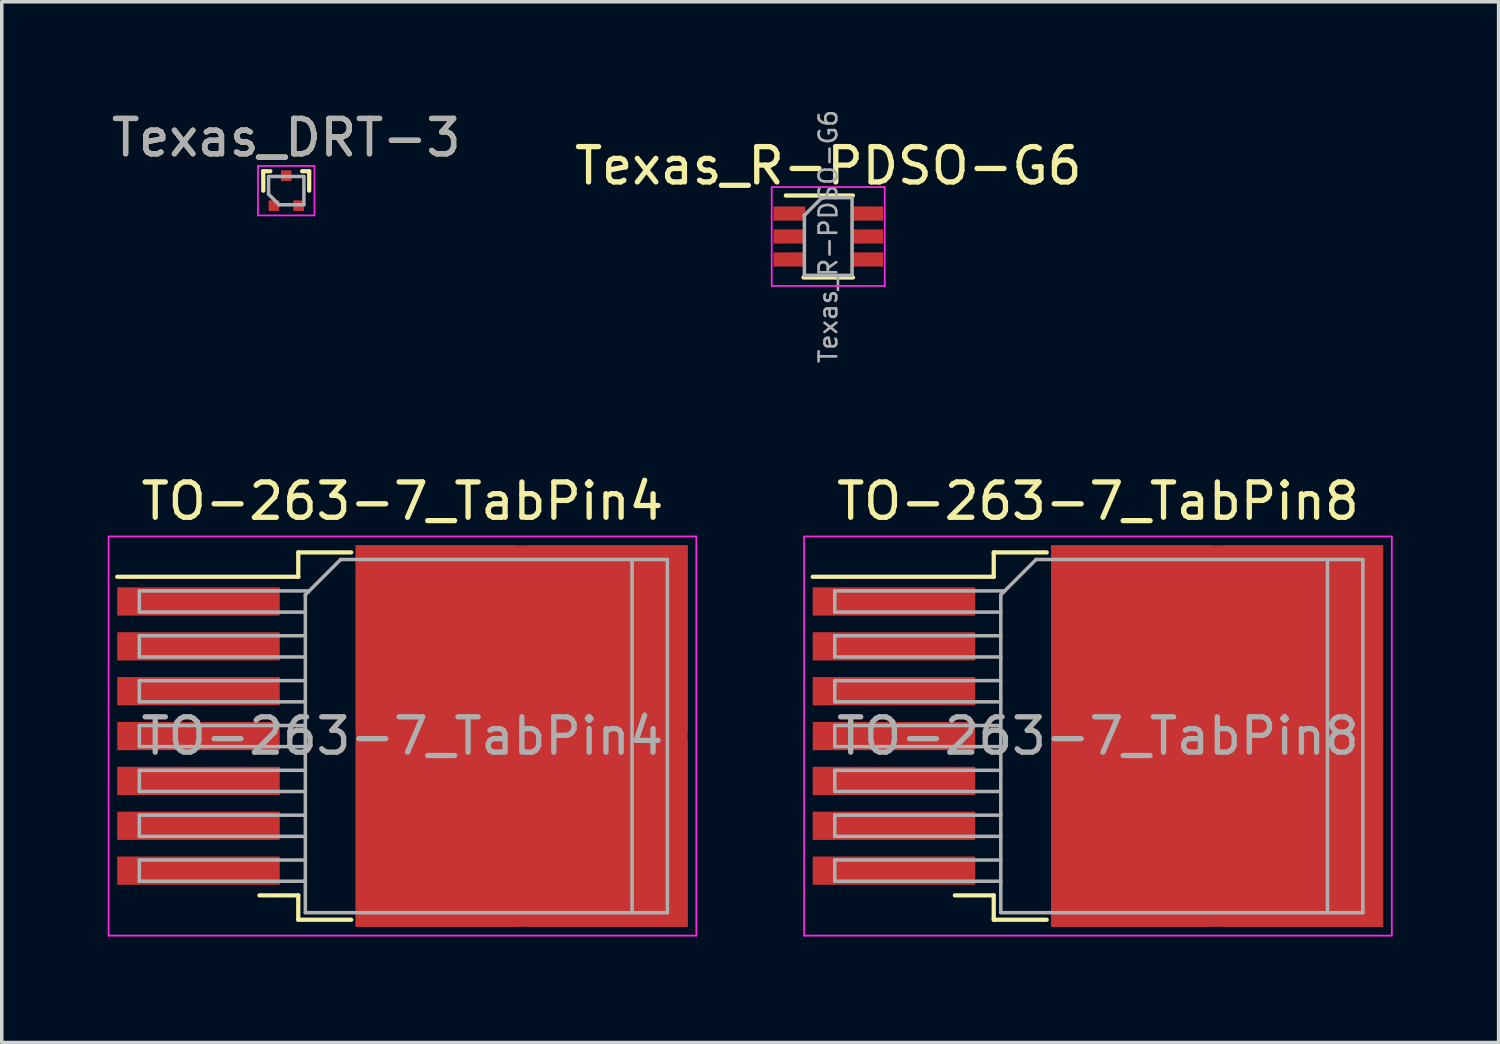
<source format=kicad_pcb>
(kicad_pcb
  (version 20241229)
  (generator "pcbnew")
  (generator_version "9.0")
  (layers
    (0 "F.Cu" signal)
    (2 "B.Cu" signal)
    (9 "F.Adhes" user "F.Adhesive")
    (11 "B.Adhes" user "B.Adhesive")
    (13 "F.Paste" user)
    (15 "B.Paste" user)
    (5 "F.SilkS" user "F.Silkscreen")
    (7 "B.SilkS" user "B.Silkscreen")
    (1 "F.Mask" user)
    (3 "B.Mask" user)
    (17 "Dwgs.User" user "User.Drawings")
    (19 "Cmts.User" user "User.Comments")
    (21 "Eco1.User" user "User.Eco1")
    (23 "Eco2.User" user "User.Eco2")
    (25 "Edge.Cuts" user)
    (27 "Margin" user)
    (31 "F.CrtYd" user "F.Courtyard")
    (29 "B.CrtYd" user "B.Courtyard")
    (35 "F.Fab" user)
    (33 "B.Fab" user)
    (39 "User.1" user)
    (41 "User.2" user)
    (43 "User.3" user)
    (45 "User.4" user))
  (footprint "TO-263-7_TabPin8"
    (layer "F.Cu")
    (at 28.035 17.79)
    (property "Reference" "TO-263-7_TabPin8" (at 0 -6.65 0) (layer "F.SilkS") (effects (font (size 1 1) (thickness 0.15))))
    (attr smd)
    (fp_line (start -2.95 -5.2) (end -2.95 -4.51) (stroke (width 0.12) (type solid)) (layer "F.SilkS"))
    (fp_line (start -2.95 -4.51) (end -8.075 -4.51) (stroke (width 0.12) (type solid)) (layer "F.SilkS"))
    (fp_line (start -2.95 4.51) (end -4.05 4.51) (stroke (width 0.12) (type solid)) (layer "F.SilkS"))
    (fp_line (start -2.95 5.2) (end -2.95 4.51) (stroke (width 0.12) (type solid)) (layer "F.SilkS"))
    (fp_line (start -1.45 -5.2) (end -2.95 -5.2) (stroke (width 0.12) (type solid)) (layer "F.SilkS"))
    (fp_line (start -1.45 5.2) (end -2.95 5.2) (stroke (width 0.12) (type solid)) (layer "F.SilkS"))
    (fp_line (start -8.32 -5.65) (end -8.32 5.65) (stroke (width 0.05) (type solid)) (layer "F.CrtYd"))
    (fp_line (start -8.32 5.65) (end 8.32 5.65) (stroke (width 0.05) (type solid)) (layer "F.CrtYd"))
    (fp_line (start 8.32 -5.65) (end -8.32 -5.65) (stroke (width 0.05) (type solid)) (layer "F.CrtYd"))
    (fp_line (start 8.32 5.65) (end 8.32 -5.65) (stroke (width 0.05) (type solid)) (layer "F.CrtYd"))
    (fp_line (start -7.45 -4.11) (end -7.45 -3.51) (stroke (width 0.1) (type solid)) (layer "F.Fab"))
    (fp_line (start -7.45 -3.51) (end -2.75 -3.51) (stroke (width 0.1) (type solid)) (layer "F.Fab"))
    (fp_line (start -7.45 -2.84) (end -7.45 -2.24) (stroke (width 0.1) (type solid)) (layer "F.Fab"))
    (fp_line (start -7.45 -2.24) (end -2.75 -2.24) (stroke (width 0.1) (type solid)) (layer "F.Fab"))
    (fp_line (start -7.45 -1.57) (end -7.45 -0.97) (stroke (width 0.1) (type solid)) (layer "F.Fab"))
    (fp_line (start -7.45 -0.97) (end -2.75 -0.97) (stroke (width 0.1) (type solid)) (layer "F.Fab"))
    (fp_line (start -7.45 -0.3) (end -7.45 0.3) (stroke (width 0.1) (type solid)) (layer "F.Fab"))
    (fp_line (start -7.45 0.3) (end -2.75 0.3) (stroke (width 0.1) (type solid)) (layer "F.Fab"))
    (fp_line (start -7.45 0.97) (end -7.45 1.57) (stroke (width 0.1) (type solid)) (layer "F.Fab"))
    (fp_line (start -7.45 1.57) (end -2.75 1.57) (stroke (width 0.1) (type solid)) (layer "F.Fab"))
    (fp_line (start -7.45 2.24) (end -7.45 2.84) (stroke (width 0.1) (type solid)) (layer "F.Fab"))
    (fp_line (start -7.45 2.84) (end -2.75 2.84) (stroke (width 0.1) (type solid)) (layer "F.Fab"))
    (fp_line (start -7.45 3.51) (end -7.45 4.11) (stroke (width 0.1) (type solid)) (layer "F.Fab"))
    (fp_line (start -7.45 4.11) (end -2.75 4.11) (stroke (width 0.1) (type solid)) (layer "F.Fab"))
    (fp_line (start -2.75 -4) (end -1.75 -5) (stroke (width 0.1) (type solid)) (layer "F.Fab"))
    (fp_line (start -2.75 -2.84) (end -7.45 -2.84) (stroke (width 0.1) (type solid)) (layer "F.Fab"))
    (fp_line (start -2.75 -1.57) (end -7.45 -1.57) (stroke (width 0.1) (type solid)) (layer "F.Fab"))
    (fp_line (start -2.75 -0.3) (end -7.45 -0.3) (stroke (width 0.1) (type solid)) (layer "F.Fab"))
    (fp_line (start -2.75 0.97) (end -7.45 0.97) (stroke (width 0.1) (type solid)) (layer "F.Fab"))
    (fp_line (start -2.75 2.24) (end -7.45 2.24) (stroke (width 0.1) (type solid)) (layer "F.Fab"))
    (fp_line (start -2.75 3.51) (end -7.45 3.51) (stroke (width 0.1) (type solid)) (layer "F.Fab"))
    (fp_line (start -2.75 5) (end -2.75 -4) (stroke (width 0.1) (type solid)) (layer "F.Fab"))
    (fp_line (start -2.64 -4.11) (end -7.45 -4.11) (stroke (width 0.1) (type solid)) (layer "F.Fab"))
    (fp_line (start -1.75 -5) (end 6.5 -5) (stroke (width 0.1) (type solid)) (layer "F.Fab"))
    (fp_line (start 6.5 -5) (end 6.5 5) (stroke (width 0.1) (type solid)) (layer "F.Fab"))
    (fp_line (start 6.5 -5) (end 7.5 -5) (stroke (width 0.1) (type solid)) (layer "F.Fab"))
    (fp_line (start 6.5 5) (end -2.75 5) (stroke (width 0.1) (type solid)) (layer "F.Fab"))
    (fp_line (start 7.5 -5) (end 7.5 5) (stroke (width 0.1) (type solid)) (layer "F.Fab"))
    (fp_line (start 7.5 5) (end 6.5 5) (stroke (width 0.1) (type solid)) (layer "F.Fab"))
    (fp_text user "${REFERENCE}" (at 0 0 0) (layer "F.Fab") (effects (font (size 1 1) (thickness 0.15))))
    (pad "1" smd rect (at -5.775 -3.81) (size 4.6 0.8) (layers "F.Cu" "F.Mask" "F.Paste"))
    (pad "2" smd rect (at -5.775 -2.54) (size 4.6 0.8) (layers "F.Cu" "F.Mask" "F.Paste"))
    (pad "3" smd rect (at -5.775 -1.27) (size 4.6 0.8) (layers "F.Cu" "F.Mask" "F.Paste"))
    (pad "4" smd rect (at -5.775 0) (size 4.6 0.8) (layers "F.Cu" "F.Mask" "F.Paste"))
    (pad "5" smd rect (at -5.775 1.27) (size 4.6 0.8) (layers "F.Cu" "F.Mask" "F.Paste"))
    (pad "6" smd rect (at -5.775 2.54) (size 4.6 0.8) (layers "F.Cu" "F.Mask" "F.Paste"))
    (pad "7" smd rect (at -5.775 3.81) (size 4.6 0.8) (layers "F.Cu" "F.Mask" "F.Paste"))
    (pad "8" smd rect (at 0.95 -2.775) (size 4.55 5.25) (layers "F.Cu" "F.Paste"))
    (pad "8" smd rect (at 0.95 2.775) (size 4.55 5.25) (layers "F.Cu" "F.Paste"))
    (pad "8" smd rect (at 3.375 0) (size 9.4 10.8) (layers "F.Cu" "F.Mask"))
    (pad "8" smd rect (at 5.8 -2.775) (size 4.55 5.25) (layers "F.Cu" "F.Paste"))
    (pad "8" smd rect (at 5.8 2.775) (size 4.55 5.25) (layers "F.Cu" "F.Paste")))
  (footprint "Texas_R-PDSO-G6"
    (layer "F.Cu")
    (at 20.399 3.646)
    (property "Reference" "Texas_R-PDSO-G6" (at 0 -2 0) (layer "F.SilkS") (effects (font (size 1 1) (thickness 0.15))))
    (attr smd)
    (fp_line (start -0.7 1.16) (end 0.7 1.16) (stroke (width 0.12) (type solid)) (layer "F.SilkS"))
    (fp_line (start 0.7 -1.16) (end -1.2 -1.16) (stroke (width 0.12) (type solid)) (layer "F.SilkS"))
    (fp_line (start -1.6 -1.4) (end -1.6 1.4) (stroke (width 0.05) (type solid)) (layer "F.CrtYd"))
    (fp_line (start -1.6 -1.4) (end 1.6 -1.4) (stroke (width 0.05) (type solid)) (layer "F.CrtYd"))
    (fp_line (start -1.6 1.4) (end 1.6 1.4) (stroke (width 0.05) (type solid)) (layer "F.CrtYd"))
    (fp_line (start 1.6 1.4) (end 1.6 -1.4) (stroke (width 0.05) (type solid)) (layer "F.CrtYd"))
    (fp_line (start -0.675 -0.6) (end -0.675 1.1) (stroke (width 0.1) (type solid)) (layer "F.Fab"))
    (fp_line (start -0.175 -1.1) (end -0.675 -0.6) (stroke (width 0.1) (type solid)) (layer "F.Fab"))
    (fp_line (start 0.675 -1.1) (end -0.175 -1.1) (stroke (width 0.1) (type solid)) (layer "F.Fab"))
    (fp_line (start 0.675 -1.1) (end 0.675 1.1) (stroke (width 0.1) (type solid)) (layer "F.Fab"))
    (fp_line (start 0.675 1.1) (end -0.675 1.1) (stroke (width 0.1) (type solid)) (layer "F.Fab"))
    (fp_text user "${REFERENCE}" (at 0 0 90) (layer "F.Fab") (effects (font (size 0.5 0.5) (thickness 0.075))))
    (pad "1" smd rect (at -1.1 -0.65) (size 0.9 0.4) (layers "F.Cu" "F.Mask" "F.Paste"))
    (pad "2" smd rect (at -1.1 0) (size 0.9 0.4) (layers "F.Cu" "F.Mask" "F.Paste"))
    (pad "3" smd rect (at -1.1 0.65) (size 0.9 0.4) (layers "F.Cu" "F.Mask" "F.Paste"))
    (pad "4" smd rect (at 1.1 0.65) (size 0.9 0.4) (layers "F.Cu" "F.Mask" "F.Paste"))
    (pad "5" smd rect (at 1.1 0) (size 0.9 0.4) (layers "F.Cu" "F.Mask" "F.Paste"))
    (pad "6" smd rect (at 1.1 -0.65) (size 0.9 0.4) (layers "F.Cu" "F.Mask" "F.Paste")))
  (footprint "Texas_DRT-3"
    (layer "F.Cu")
    (at 5.054 2.348)
    (property "Reference" "Texas_DRT-3" (at 0 -1.5 0) (layer "F.SilkS") (effects (font (size 1 1) (thickness 0.15))))
    (attr smd)
    (fp_line (start -0.65 -0.55) (end -0.45 -0.55) (stroke (width 0.12) (type solid)) (layer "F.SilkS"))
    (fp_line (start -0.65 0) (end -0.65 -0.55) (stroke (width 0.12) (type solid)) (layer "F.SilkS"))
    (fp_line (start 0.65 -0.55) (end 0.45 -0.55) (stroke (width 0.12) (type solid)) (layer "F.SilkS"))
    (fp_line (start 0.65 0) (end 0.65 -0.55) (stroke (width 0.12) (type solid)) (layer "F.SilkS"))
    (fp_line (start -0.8 -0.7) (end 0.8 -0.7) (stroke (width 0.05) (type solid)) (layer "F.CrtYd"))
    (fp_line (start -0.8 0.7) (end -0.8 -0.7) (stroke (width 0.05) (type solid)) (layer "F.CrtYd"))
    (fp_line (start 0.8 -0.7) (end 0.8 0.7) (stroke (width 0.05) (type solid)) (layer "F.CrtYd"))
    (fp_line (start 0.8 0.7) (end -0.8 0.7) (stroke (width 0.05) (type solid)) (layer "F.CrtYd"))
    (fp_line (start -0.5 -0.4) (end 0.5 -0.4) (stroke (width 0.1) (type solid)) (layer "F.Fab"))
    (fp_line (start -0.5 0.1) (end -0.5 -0.4) (stroke (width 0.1) (type solid)) (layer "F.Fab"))
    (fp_line (start -0.5 0.1) (end -0.2 0.4) (stroke (width 0.1) (type solid)) (layer "F.Fab"))
    (fp_line (start 0.5 -0.4) (end 0.5 0.4) (stroke (width 0.1) (type solid)) (layer "F.Fab"))
    (fp_line (start 0.5 0.4) (end -0.2 0.4) (stroke (width 0.1) (type solid)) (layer "F.Fab"))
    (fp_text user "${REFERENCE}" (at 0 -1.5 0) (layer "F.Fab") (effects (font (size 1 1) (thickness 0.15))))
    (pad "1" smd rect (at -0.35 0.425) (size 0.3 0.3) (layers "F.Cu" "F.Mask" "F.Paste"))
    (pad "2" smd rect (at 0.35 0.425) (size 0.3 0.3) (layers "F.Cu" "F.Mask" "F.Paste"))
    (pad "3" smd rect (at 0 -0.425) (size 0.3 0.3) (layers "F.Cu" "F.Mask" "F.Paste")))
  (footprint "TO-263-7_TabPin4"
    (layer "F.Cu")
    (at 8.345 17.79)
    (property "Reference" "TO-263-7_TabPin4" (at 0 -6.65 0) (layer "F.SilkS") (effects (font (size 1 1) (thickness 0.15))))
    (attr smd)
    (fp_line (start -2.95 -5.2) (end -2.95 -4.51) (stroke (width 0.12) (type solid)) (layer "F.SilkS"))
    (fp_line (start -2.95 -4.51) (end -8.075 -4.51) (stroke (width 0.12) (type solid)) (layer "F.SilkS"))
    (fp_line (start -2.95 4.51) (end -4.05 4.51) (stroke (width 0.12) (type solid)) (layer "F.SilkS"))
    (fp_line (start -2.95 5.2) (end -2.95 4.51) (stroke (width 0.12) (type solid)) (layer "F.SilkS"))
    (fp_line (start -1.45 -5.2) (end -2.95 -5.2) (stroke (width 0.12) (type solid)) (layer "F.SilkS"))
    (fp_line (start -1.45 5.2) (end -2.95 5.2) (stroke (width 0.12) (type solid)) (layer "F.SilkS"))
    (fp_line (start -8.32 -5.65) (end -8.32 5.65) (stroke (width 0.05) (type solid)) (layer "F.CrtYd"))
    (fp_line (start -8.32 5.65) (end 8.32 5.65) (stroke (width 0.05) (type solid)) (layer "F.CrtYd"))
    (fp_line (start 8.32 -5.65) (end -8.32 -5.65) (stroke (width 0.05) (type solid)) (layer "F.CrtYd"))
    (fp_line (start 8.32 5.65) (end 8.32 -5.65) (stroke (width 0.05) (type solid)) (layer "F.CrtYd"))
    (fp_line (start -7.45 -4.11) (end -7.45 -3.51) (stroke (width 0.1) (type solid)) (layer "F.Fab"))
    (fp_line (start -7.45 -3.51) (end -2.75 -3.51) (stroke (width 0.1) (type solid)) (layer "F.Fab"))
    (fp_line (start -7.45 -2.84) (end -7.45 -2.24) (stroke (width 0.1) (type solid)) (layer "F.Fab"))
    (fp_line (start -7.45 -2.24) (end -2.75 -2.24) (stroke (width 0.1) (type solid)) (layer "F.Fab"))
    (fp_line (start -7.45 -1.57) (end -7.45 -0.97) (stroke (width 0.1) (type solid)) (layer "F.Fab"))
    (fp_line (start -7.45 -0.97) (end -2.75 -0.97) (stroke (width 0.1) (type solid)) (layer "F.Fab"))
    (fp_line (start -7.45 -0.3) (end -7.45 0.3) (stroke (width 0.1) (type solid)) (layer "F.Fab"))
    (fp_line (start -7.45 0.3) (end -2.75 0.3) (stroke (width 0.1) (type solid)) (layer "F.Fab"))
    (fp_line (start -7.45 0.97) (end -7.45 1.57) (stroke (width 0.1) (type solid)) (layer "F.Fab"))
    (fp_line (start -7.45 1.57) (end -2.75 1.57) (stroke (width 0.1) (type solid)) (layer "F.Fab"))
    (fp_line (start -7.45 2.24) (end -7.45 2.84) (stroke (width 0.1) (type solid)) (layer "F.Fab"))
    (fp_line (start -7.45 2.84) (end -2.75 2.84) (stroke (width 0.1) (type solid)) (layer "F.Fab"))
    (fp_line (start -7.45 3.51) (end -7.45 4.11) (stroke (width 0.1) (type solid)) (layer "F.Fab"))
    (fp_line (start -7.45 4.11) (end -2.75 4.11) (stroke (width 0.1) (type solid)) (layer "F.Fab"))
    (fp_line (start -2.75 -4) (end -1.75 -5) (stroke (width 0.1) (type solid)) (layer "F.Fab"))
    (fp_line (start -2.75 -2.84) (end -7.45 -2.84) (stroke (width 0.1) (type solid)) (layer "F.Fab"))
    (fp_line (start -2.75 -1.57) (end -7.45 -1.57) (stroke (width 0.1) (type solid)) (layer "F.Fab"))
    (fp_line (start -2.75 -0.3) (end -7.45 -0.3) (stroke (width 0.1) (type solid)) (layer "F.Fab"))
    (fp_line (start -2.75 0.97) (end -7.45 0.97) (stroke (width 0.1) (type solid)) (layer "F.Fab"))
    (fp_line (start -2.75 2.24) (end -7.45 2.24) (stroke (width 0.1) (type solid)) (layer "F.Fab"))
    (fp_line (start -2.75 3.51) (end -7.45 3.51) (stroke (width 0.1) (type solid)) (layer "F.Fab"))
    (fp_line (start -2.75 5) (end -2.75 -4) (stroke (width 0.1) (type solid)) (layer "F.Fab"))
    (fp_line (start -2.64 -4.11) (end -7.45 -4.11) (stroke (width 0.1) (type solid)) (layer "F.Fab"))
    (fp_line (start -1.75 -5) (end 6.5 -5) (stroke (width 0.1) (type solid)) (layer "F.Fab"))
    (fp_line (start 6.5 -5) (end 6.5 5) (stroke (width 0.1) (type solid)) (layer "F.Fab"))
    (fp_line (start 6.5 -5) (end 7.5 -5) (stroke (width 0.1) (type solid)) (layer "F.Fab"))
    (fp_line (start 6.5 5) (end -2.75 5) (stroke (width 0.1) (type solid)) (layer "F.Fab"))
    (fp_line (start 7.5 -5) (end 7.5 5) (stroke (width 0.1) (type solid)) (layer "F.Fab"))
    (fp_line (start 7.5 5) (end 6.5 5) (stroke (width 0.1) (type solid)) (layer "F.Fab"))
    (fp_text user "${REFERENCE}" (at 0 0 0) (layer "F.Fab") (effects (font (size 1 1) (thickness 0.15))))
    (pad "1" smd rect (at -5.775 -3.81) (size 4.6 0.8) (layers "F.Cu" "F.Mask" "F.Paste"))
    (pad "2" smd rect (at -5.775 -2.54) (size 4.6 0.8) (layers "F.Cu" "F.Mask" "F.Paste"))
    (pad "3" smd rect (at -5.775 -1.27) (size 4.6 0.8) (layers "F.Cu" "F.Mask" "F.Paste"))
    (pad "4" smd rect (at -5.775 0) (size 4.6 0.8) (layers "F.Cu" "F.Mask" "F.Paste"))
    (pad "4" smd rect (at 0.95 -2.775) (size 4.55 5.25) (layers "F.Cu" "F.Paste"))
    (pad "4" smd rect (at 0.95 2.775) (size 4.55 5.25) (layers "F.Cu" "F.Paste"))
    (pad "4" smd rect (at 3.375 0) (size 9.4 10.8) (layers "F.Cu" "F.Mask"))
    (pad "4" smd rect (at 5.8 -2.775) (size 4.55 5.25) (layers "F.Cu" "F.Paste"))
    (pad "4" smd rect (at 5.8 2.775) (size 4.55 5.25) (layers "F.Cu" "F.Paste"))
    (pad "5" smd rect (at -5.775 1.27) (size 4.6 0.8) (layers "F.Cu" "F.Mask" "F.Paste"))
    (pad "6" smd rect (at -5.775 2.54) (size 4.6 0.8) (layers "F.Cu" "F.Mask" "F.Paste"))
    (pad "7" smd rect (at -5.775 3.81) (size 4.6 0.8) (layers "F.Cu" "F.Mask" "F.Paste")))
  (gr_rect
    (start -3 -3)
    (end 39.38 26.465)
    (stroke (width 0.1) (type default))
    (fill no)
    (layer "Edge.Cuts")))
</source>
